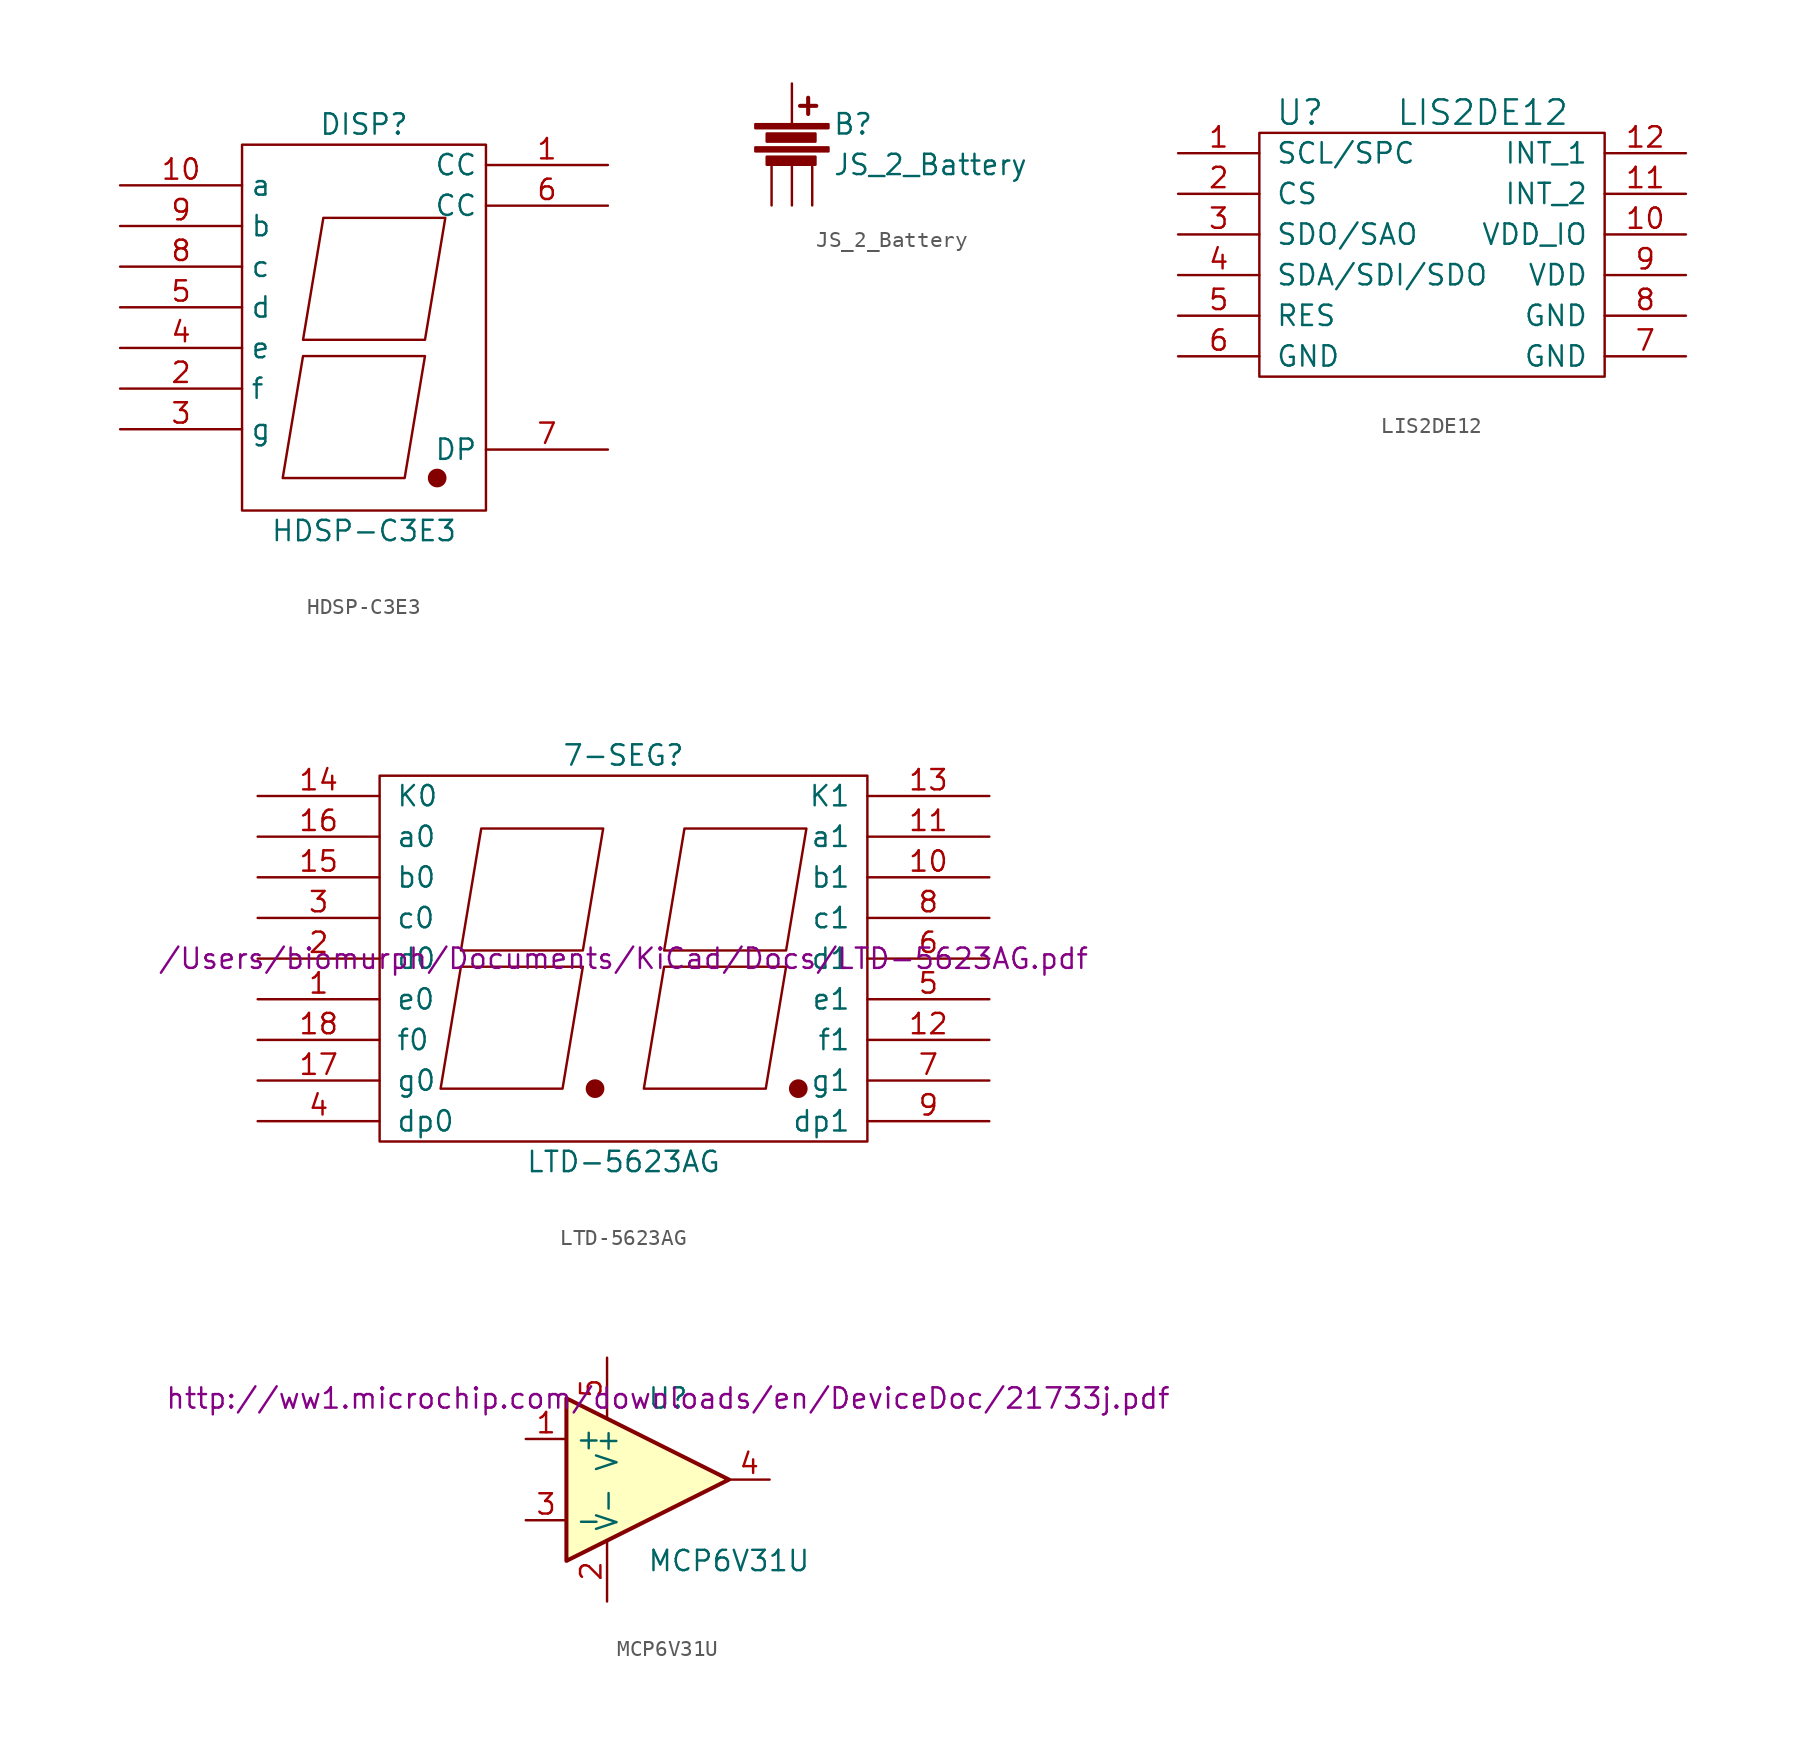
<source format=kicad_sym>
(kicad_symbol_lib
  (version 20231120)
  (generator "kicad_symbol_editor")
  (generator_version "8.0")
  (symbol "HDSP-C3E3"
    (property "Reference" "DISP"
      (at 0 13.97 0)
      (effects (font (size 1.27 1.27))))
    (property "Value" "HDSP-C3E3"
      (at 0 -11.43 0)
      (effects (font (size 1.27 1.27))))
    (property "Footprint" ""
      (at 0 0 0)
      (effects (font (size 1.27 1.27))))
    (property "Datasheet" ""
      (at 0 0 0)
      (effects (font (size 1.27 1.27))))
    (symbol "HDSP-C3E3_0_1"
      (rectangle (start -7.62 12.7) (end 7.62 -10.16) (stroke (width 0) (type solid)) (fill (type none)))
      (polyline (pts (xy -3.81 -0.508) (xy 3.81 -0.508) (xy 2.54 -8.128) (xy -5.08 -8.128) (xy -3.81 -0.508) (xy -3.81 -0.508)) (stroke (width 0) (type solid)) (fill (type none)))
      (polyline (pts (xy -2.54 8.128) (xy 5.08 8.128) (xy 3.81 0.508) (xy -3.81 0.508) (xy -2.54 8.128) (xy -2.54 8.128)) (stroke (width 0) (type solid)) (fill (type none)))
      (circle (center 4.572 -8.128) (radius 0.508) (stroke (width 0) (type solid)) (fill (type outline))))
    (symbol "HDSP-C3E3_1_1"
      (pin input line (at 15.24 11.43 180) (length 7.62) (name "CC" (effects (font (size 1.27 1.27)))) (number "1" (effects (font (size 1.27 1.27)))))
      (pin input line (at -15.24 10.16 0) (length 7.62) (name "a" (effects (font (size 1.27 1.27)))) (number "10" (effects (font (size 1.27 1.27)))))
      (pin input line (at -15.24 -2.54 0) (length 7.62) (name "f" (effects (font (size 1.27 1.27)))) (number "2" (effects (font (size 1.27 1.27)))))
      (pin input line (at -15.24 -5.08 0) (length 7.62) (name "g" (effects (font (size 1.27 1.27)))) (number "3" (effects (font (size 1.27 1.27)))))
      (pin input line (at -15.24 0 0) (length 7.62) (name "e" (effects (font (size 1.27 1.27)))) (number "4" (effects (font (size 1.27 1.27)))))
      (pin input line (at -15.24 2.54 0) (length 7.62) (name "d" (effects (font (size 1.27 1.27)))) (number "5" (effects (font (size 1.27 1.27)))))
      (pin input line (at 15.24 8.89 180) (length 7.62) (name "CC" (effects (font (size 1.27 1.27)))) (number "6" (effects (font (size 1.27 1.27)))))
      (pin input line (at 15.24 -6.35 180) (length 7.62) (name "DP" (effects (font (size 1.27 1.27)))) (number "7" (effects (font (size 1.27 1.27)))))
      (pin input line (at -15.24 5.08 0) (length 7.62) (name "c" (effects (font (size 1.27 1.27)))) (number "8" (effects (font (size 1.27 1.27)))))
      (pin input line (at -15.24 7.62 0) (length 7.62) (name "b" (effects (font (size 1.27 1.27)))) (number "9" (effects (font (size 1.27 1.27)))))))
  (symbol "JS_2_Battery"
    (pin_numbers hide)
    (pin_names
      (offset 0))
    (property "Reference" "B"
      (at 2.54 1.27 0)
      (effects (font (size 1.27 1.27)) (justify left)))
    (property "Value" "JS_2_Battery"
      (at 2.54 -1.27 0)
      (effects (font (size 1.27 1.27)) (justify left)))
    (property "Footprint" ""
      (at 0 1.016 90)
      (effects (font (size 1.27 1.27))))
    (property "Datasheet" ""
      (at 0 1.016 90)
      (effects (font (size 1.27 1.27))))
    (symbol "JS_2_Battery_0_1"
      (rectangle (start -2.286 -0.178) (end 2.286 -0.432) (stroke (width 0) (type solid)) (fill (type outline)))
      (rectangle (start -2.286 1.27) (end 2.286 1.016) (stroke (width 0) (type solid)) (fill (type outline)))
      (rectangle (start -1.575 -0.762) (end 1.473 -1.27) (stroke (width 0) (type solid)) (fill (type outline)))
      (rectangle (start -1.575 0.686) (end 1.473 0.178) (stroke (width 0) (type solid)) (fill (type outline)))
      (polyline (pts (xy 0.508 2.413) (xy 1.524 2.413)) (stroke (width 0.254) (type solid)) (fill (type none)))
      (polyline (pts (xy 1.016 2.921) (xy 1.016 1.905)) (stroke (width 0.254) (type solid)) (fill (type none))))
    (symbol "JS_2_Battery_1_1"
      (pin passive line (at 0 3.81 270) (length 2.54) (name "~" (effects (font (size 1.27 1.27)))) (number "1" (effects (font (size 1.27 1.27)))))
      (pin passive line (at 0 -3.81 90) (length 2.54) (name "~" (effects (font (size 1.27 1.27)))) (number "2" (effects (font (size 1.27 1.27)))))
      (pin input line (at -1.27 -3.81 90) (length 2.54) (name "~" (effects (font (size 1.27 1.27)))) (number "3" (effects (font (size 1.27 1.27)))))
      (pin input line (at 1.27 -3.81 90) (length 2.54) (name "~" (effects (font (size 1.27 1.27)))) (number "4" (effects (font (size 1.27 1.27)))))))
  (symbol "LIS2DE12"
    (pin_names
      (offset 1.016))
    (property "Reference" "U"
      (at -8.89 7.62 0)
      (effects (font (size 1.524 1.524))))
    (property "Value" "LIS2DE12"
      (at 2.54 7.62 0)
      (effects (font (size 1.524 1.524))))
    (property "Footprint" ""
      (at 5.08 -8.89 0)
      (effects (font (size 1.524 1.524))))
    (property "Datasheet" ""
      (at 5.08 -8.89 0)
      (effects (font (size 1.524 1.524))))
    (symbol "LIS2DE12_0_1"
      (rectangle (start -11.43 6.35) (end 10.16 -8.89) (stroke (width 0) (type solid)) (fill (type none))))
    (symbol "LIS2DE12_1_1"
      (pin input line (at -16.51 5.08 0) (length 5.08) (name "SCL/SPC" (effects (font (size 1.27 1.27)))) (number "1" (effects (font (size 1.27 1.27)))))
      (pin input line (at 15.24 0 180) (length 5.08) (name "VDD_IO" (effects (font (size 1.27 1.27)))) (number "10" (effects (font (size 1.27 1.27)))))
      (pin output line (at 15.24 2.54 180) (length 5.08) (name "INT_2" (effects (font (size 1.27 1.27)))) (number "11" (effects (font (size 1.27 1.27)))))
      (pin output line (at 15.24 5.08 180) (length 5.08) (name "INT_1" (effects (font (size 1.27 1.27)))) (number "12" (effects (font (size 1.27 1.27)))))
      (pin input line (at -16.51 2.54 0) (length 5.08) (name "CS" (effects (font (size 1.27 1.27)))) (number "2" (effects (font (size 1.27 1.27)))))
      (pin bidirectional line (at -16.51 0 0) (length 5.08) (name "SDO/SAO" (effects (font (size 1.27 1.27)))) (number "3" (effects (font (size 1.27 1.27)))))
      (pin bidirectional line (at -16.51 -2.54 0) (length 5.08) (name "SDA/SDI/SDO" (effects (font (size 1.27 1.27)))) (number "4" (effects (font (size 1.27 1.27)))))
      (pin input line (at -16.51 -5.08 0) (length 5.08) (name "RES" (effects (font (size 1.27 1.27)))) (number "5" (effects (font (size 1.27 1.27)))))
      (pin power_in line (at -16.51 -7.62 0) (length 5.08) (name "GND" (effects (font (size 1.27 1.27)))) (number "6" (effects (font (size 1.27 1.27)))))
      (pin input line (at 15.24 -7.62 180) (length 5.08) (name "GND" (effects (font (size 1.27 1.27)))) (number "7" (effects (font (size 1.27 1.27)))))
      (pin power_in line (at 15.24 -5.08 180) (length 5.08) (name "GND" (effects (font (size 1.27 1.27)))) (number "8" (effects (font (size 1.27 1.27)))))
      (pin power_in line (at 15.24 -2.54 180) (length 5.08) (name "VDD" (effects (font (size 1.27 1.27)))) (number "9" (effects (font (size 1.27 1.27)))))))
  (symbol "LTD-5623AG"
    (pin_names
      (offset 1.016))
    (property "Reference" "7-SEG"
      (at 0 12.7 0)
      (effects (font (size 1.27 1.27))))
    (property "Value" "LTD-5623AG"
      (at 0 -12.7 0)
      (effects (font (size 1.27 1.27))))
    (property "Footprint" ""
      (at 0 0 0)
      (effects (font (size 1.27 1.27))))
    (property "Datasheet" "/Users/biomurph/Documents/KiCad/Docs/LTD-5623AG.pdf"
      (at 0 0 0)
      (effects (font (size 1.27 1.27))))
    (symbol "LTD-5623AG_0_1"
      (rectangle (start -15.24 11.43) (end 15.24 -11.43) (stroke (width 0) (type solid)) (fill (type none)))
      (circle (center -1.778 -8.128) (radius 0.508) (stroke (width 0) (type solid)) (fill (type outline)))
      (polyline (pts (xy -10.16 -0.508) (xy -2.54 -0.508) (xy -3.81 -8.128) (xy -11.43 -8.128) (xy -10.16 -0.508) (xy -10.16 -0.508)) (stroke (width 0) (type solid)) (fill (type none)))
      (polyline (pts (xy -8.89 8.128) (xy -1.27 8.128) (xy -2.54 0.508) (xy -10.16 0.508) (xy -8.89 8.128) (xy -8.89 8.128)) (stroke (width 0) (type solid)) (fill (type none)))
      (polyline (pts (xy 2.54 -0.508) (xy 10.16 -0.508) (xy 8.89 -8.128) (xy 1.27 -8.128) (xy 2.54 -0.508) (xy 2.54 -0.508)) (stroke (width 0) (type solid)) (fill (type none)))
      (polyline (pts (xy 3.81 8.128) (xy 11.43 8.128) (xy 10.16 0.508) (xy 2.54 0.508) (xy 3.81 8.128) (xy 3.81 8.128)) (stroke (width 0) (type solid)) (fill (type none)))
      (circle (center 10.922 -8.128) (radius 0.508) (stroke (width 0) (type solid)) (fill (type outline))))
    (symbol "LTD-5623AG_1_1"
      (pin input line (at -22.86 -2.54 0) (length 7.62) (name "e0" (effects (font (size 1.27 1.27)))) (number "1" (effects (font (size 1.27 1.27)))))
      (pin input line (at 22.86 5.08 180) (length 7.62) (name "b1" (effects (font (size 1.27 1.27)))) (number "10" (effects (font (size 1.27 1.27)))))
      (pin input line (at 22.86 7.62 180) (length 7.62) (name "a1" (effects (font (size 1.27 1.27)))) (number "11" (effects (font (size 1.27 1.27)))))
      (pin input line (at 22.86 -5.08 180) (length 7.62) (name "f1" (effects (font (size 1.27 1.27)))) (number "12" (effects (font (size 1.27 1.27)))))
      (pin input line (at 22.86 10.16 180) (length 7.62) (name "K1" (effects (font (size 1.27 1.27)))) (number "13" (effects (font (size 1.27 1.27)))))
      (pin input line (at -22.86 10.16 0) (length 7.62) (name "K0" (effects (font (size 1.27 1.27)))) (number "14" (effects (font (size 1.27 1.27)))))
      (pin input line (at -22.86 5.08 0) (length 7.62) (name "b0" (effects (font (size 1.27 1.27)))) (number "15" (effects (font (size 1.27 1.27)))))
      (pin input line (at -22.86 7.62 0) (length 7.62) (name "a0" (effects (font (size 1.27 1.27)))) (number "16" (effects (font (size 1.27 1.27)))))
      (pin input line (at -22.86 -7.62 0) (length 7.62) (name "g0" (effects (font (size 1.27 1.27)))) (number "17" (effects (font (size 1.27 1.27)))))
      (pin input line (at -22.86 -5.08 0) (length 7.62) (name "f0" (effects (font (size 1.27 1.27)))) (number "18" (effects (font (size 1.27 1.27)))))
      (pin input line (at -22.86 0 0) (length 7.62) (name "d0" (effects (font (size 1.27 1.27)))) (number "2" (effects (font (size 1.27 1.27)))))
      (pin input line (at -22.86 2.54 0) (length 7.62) (name "c0" (effects (font (size 1.27 1.27)))) (number "3" (effects (font (size 1.27 1.27)))))
      (pin input line (at -22.86 -10.16 0) (length 7.62) (name "dp0" (effects (font (size 1.27 1.27)))) (number "4" (effects (font (size 1.27 1.27)))))
      (pin input line (at 22.86 -2.54 180) (length 7.62) (name "e1" (effects (font (size 1.27 1.27)))) (number "5" (effects (font (size 1.27 1.27)))))
      (pin input line (at 22.86 0 180) (length 7.62) (name "d1" (effects (font (size 1.27 1.27)))) (number "6" (effects (font (size 1.27 1.27)))))
      (pin input line (at 22.86 -7.62 180) (length 7.62) (name "g1" (effects (font (size 1.27 1.27)))) (number "7" (effects (font (size 1.27 1.27)))))
      (pin input line (at 22.86 2.54 180) (length 7.62) (name "c1" (effects (font (size 1.27 1.27)))) (number "8" (effects (font (size 1.27 1.27)))))
      (pin input line (at 22.86 -10.16 180) (length 7.62) (name "dp1" (effects (font (size 1.27 1.27)))) (number "9" (effects (font (size 1.27 1.27)))))))
  (symbol "MCP6V31U"
    (property "Reference" "U"
      (at 1.27 5.08 0)
      (effects (font (size 1.27 1.27))))
    (property "Value" "MCP6V31U"
      (at 5.08 -5.08 0)
      (effects (font (size 1.27 1.27))))
    (property "Footprint" ""
      (at -1.27 2.54 0)
      (effects (font (size 1.27 1.27))))
    (property "Datasheet" "http://ww1.microchip.com/downloads/en/DeviceDoc/21733j.pdf"
      (at 1.27 5.08 0)
      (effects (font (size 1.27 1.27))))
    (symbol "MCP6V31U_0_1"
      (polyline (pts (xy -5.08 5.08) (xy 5.08 0) (xy -5.08 -5.08) (xy -5.08 5.08)) (stroke (width 0.254) (type solid)) (fill (type background))))
    (symbol "MCP6V31U_1_1"
      (pin input line (at -7.62 2.54 0) (length 2.54) (name "+" (effects (font (size 1.27 1.27)))) (number "1" (effects (font (size 1.27 1.27)))))
      (pin input line (at -2.54 -7.62 90) (length 3.81) (name "V-" (effects (font (size 1.27 1.27)))) (number "2" (effects (font (size 1.27 1.27)))))
      (pin input line (at -7.62 -2.54 0) (length 2.54) (name "-" (effects (font (size 1.27 1.27)))) (number "3" (effects (font (size 1.27 1.27)))))
      (pin output line (at 7.62 0 180) (length 2.54) (name "~" (effects (font (size 1.27 1.27)))) (number "4" (effects (font (size 1.27 1.27)))))
      (pin input line (at -2.54 7.62 270) (length 3.81) (name "V+" (effects (font (size 1.27 1.27)))) (number "5" (effects (font (size 1.27 1.27))))))))
</source>
